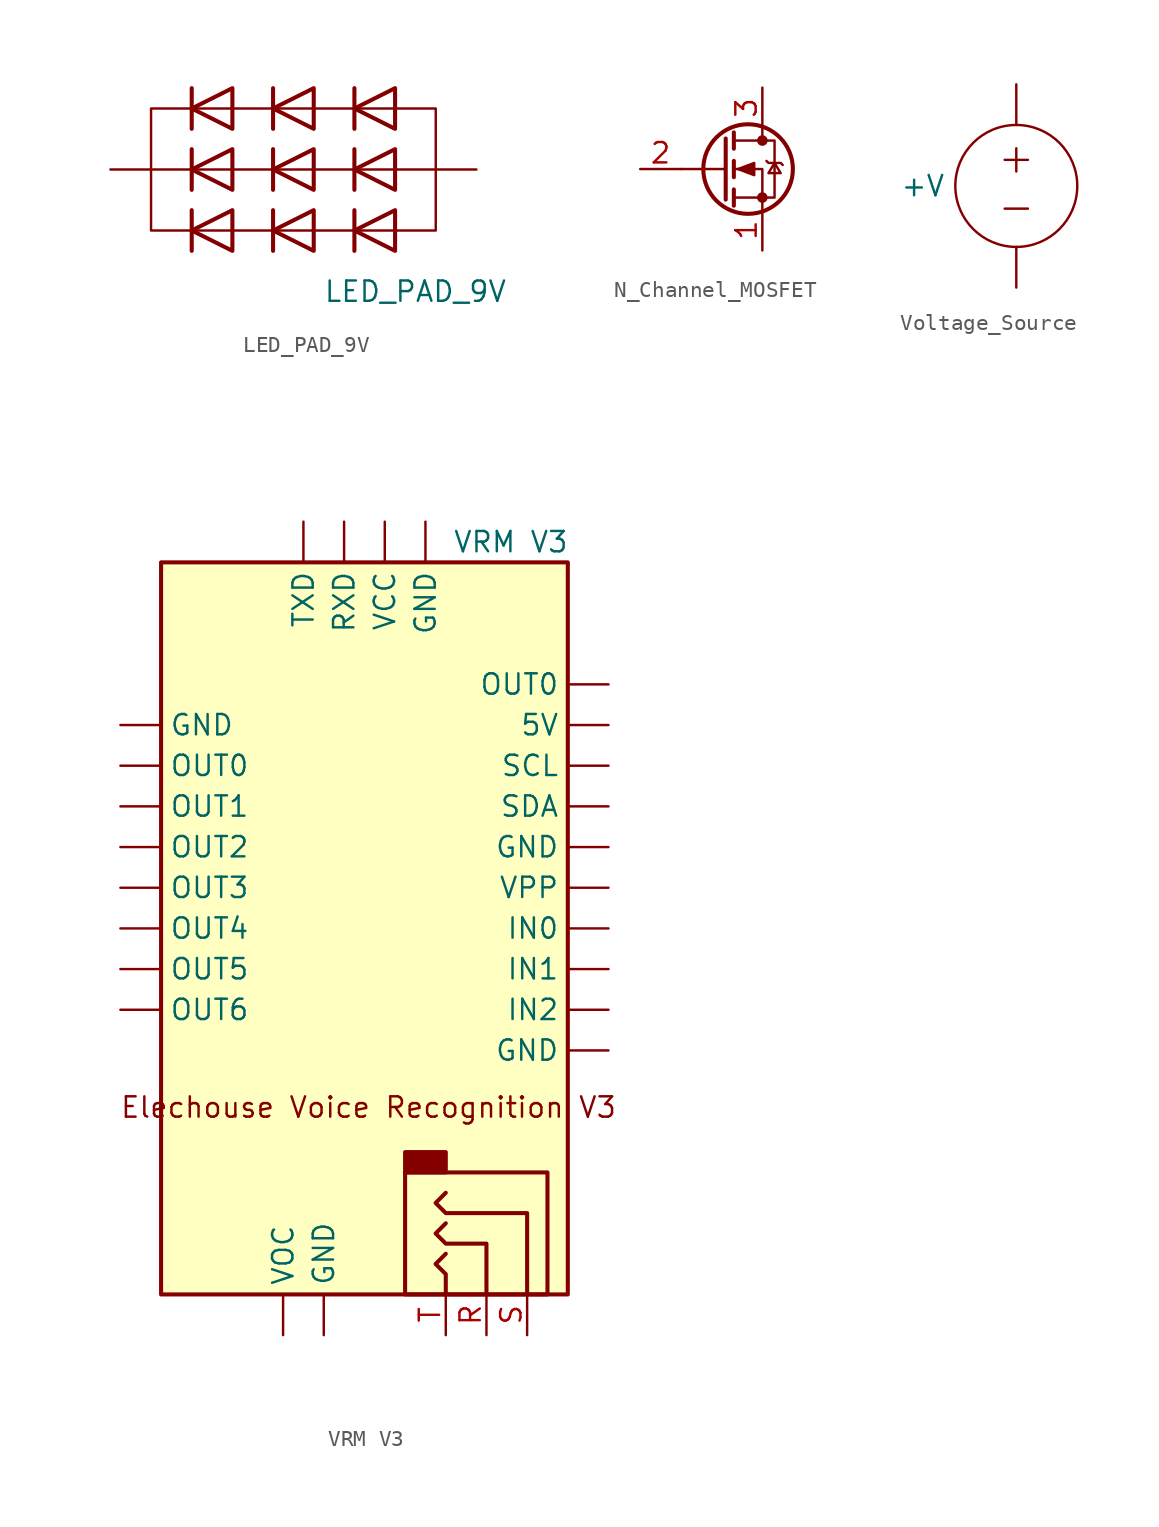
<source format=kicad_sym>
(kicad_symbol_lib
  (version 20231120)
  (generator "kicad_symbol_editor")
  (generator_version "8.0")
  (symbol "LED_PAD_9V"
    (pin_numbers hide)
    (pin_names
      (offset 1.016) hide)
    (property "Reference" "D"
      (at 5.08 -11.43 0)
      (effects (font (size 1.27 1.27)) (hide yes)))
    (property "Value" "LED_PAD_9V"
      (at 13.97 -11.43 0)
      (effects (font (size 1.27 1.27))))
    (symbol "LED_PAD_9V_0_1"
      (polyline (pts (xy 0 -8.89) (xy 0 -6.35)) (stroke (width 0.254) (type default)) (fill (type none)))
      (polyline (pts (xy 0 -7.62) (xy 2.54 -7.62)) (stroke (width 0) (type default)) (fill (type none)))
      (polyline (pts (xy 0 -5.08) (xy 0 -2.54)) (stroke (width 0.254) (type default)) (fill (type none)))
      (polyline (pts (xy 0 -3.81) (xy -2.54 -3.81)) (stroke (width 0) (type default)) (fill (type none)))
      (polyline (pts (xy 0 -3.81) (xy 2.54 -3.81)) (stroke (width 0) (type default)) (fill (type none)))
      (polyline (pts (xy 0 -1.27) (xy 0 1.27)) (stroke (width 0.254) (type default)) (fill (type none)))
      (polyline (pts (xy 0 0) (xy 2.54 0)) (stroke (width 0) (type default)) (fill (type none)))
      (polyline (pts (xy 5.08 -8.89) (xy 5.08 -6.35)) (stroke (width 0.254) (type default)) (fill (type none)))
      (polyline (pts (xy 5.08 -7.62) (xy 2.54 -7.62)) (stroke (width 0) (type default)) (fill (type none)))
      (polyline (pts (xy 5.08 -7.62) (xy 7.62 -7.62)) (stroke (width 0) (type default)) (fill (type none)))
      (polyline (pts (xy 5.08 -5.08) (xy 5.08 -2.54)) (stroke (width 0.254) (type default)) (fill (type none)))
      (polyline (pts (xy 5.08 -3.81) (xy 2.54 -3.81)) (stroke (width 0) (type default)) (fill (type none)))
      (polyline (pts (xy 5.08 -3.81) (xy 7.62 -3.81)) (stroke (width 0) (type default)) (fill (type none)))
      (polyline (pts (xy 5.08 -1.27) (xy 5.08 1.27)) (stroke (width 0.254) (type default)) (fill (type none)))
      (polyline (pts (xy 5.08 0) (xy 2.54 0)) (stroke (width 0) (type default)) (fill (type none)))
      (polyline (pts (xy 5.08 0) (xy 7.62 0)) (stroke (width 0) (type default)) (fill (type none)))
      (polyline (pts (xy 10.16 -8.89) (xy 10.16 -6.35)) (stroke (width 0.254) (type default)) (fill (type none)))
      (polyline (pts (xy 10.16 -7.62) (xy 7.62 -7.62)) (stroke (width 0) (type default)) (fill (type none)))
      (polyline (pts (xy 10.16 -7.62) (xy 12.7 -7.62)) (stroke (width 0) (type default)) (fill (type none)))
      (polyline (pts (xy 10.16 -5.08) (xy 10.16 -2.54)) (stroke (width 0.254) (type default)) (fill (type none)))
      (polyline (pts (xy 10.16 -3.81) (xy 7.62 -3.81)) (stroke (width 0) (type default)) (fill (type none)))
      (polyline (pts (xy 10.16 -3.81) (xy 12.7 -3.81)) (stroke (width 0) (type default)) (fill (type none)))
      (polyline (pts (xy 10.16 -1.27) (xy 10.16 1.27)) (stroke (width 0.254) (type default)) (fill (type none)))
      (polyline (pts (xy 10.16 0) (xy 7.62 0)) (stroke (width 0) (type default)) (fill (type none)))
      (polyline (pts (xy 10.16 0) (xy 12.7 0)) (stroke (width 0) (type default)) (fill (type none)))
      (polyline (pts (xy 12.7 -3.81) (xy 15.24 -3.81)) (stroke (width 0) (type default)) (fill (type none)))
      (polyline (pts (xy 0 0) (xy -2.54 0) (xy -2.54 -7.62) (xy 0 -7.62)) (stroke (width 0) (type default)) (fill (type none)))
      (polyline (pts (xy 2.54 -8.89) (xy 2.54 -6.35) (xy 0 -7.62) (xy 2.54 -8.89)) (stroke (width 0.254) (type default)) (fill (type none)))
      (polyline (pts (xy 2.54 -5.08) (xy 2.54 -2.54) (xy 0 -3.81) (xy 2.54 -5.08)) (stroke (width 0.254) (type default)) (fill (type none)))
      (polyline (pts (xy 2.54 -1.27) (xy 2.54 1.27) (xy 0 0) (xy 2.54 -1.27)) (stroke (width 0.254) (type default)) (fill (type none)))
      (polyline (pts (xy 7.62 -8.89) (xy 7.62 -6.35) (xy 5.08 -7.62) (xy 7.62 -8.89)) (stroke (width 0.254) (type default)) (fill (type none)))
      (polyline (pts (xy 7.62 -5.08) (xy 7.62 -2.54) (xy 5.08 -3.81) (xy 7.62 -5.08)) (stroke (width 0.254) (type default)) (fill (type none)))
      (polyline (pts (xy 7.62 -1.27) (xy 7.62 1.27) (xy 5.08 0) (xy 7.62 -1.27)) (stroke (width 0.254) (type default)) (fill (type none)))
      (polyline (pts (xy 12.7 -8.89) (xy 12.7 -6.35) (xy 10.16 -7.62) (xy 12.7 -8.89)) (stroke (width 0.254) (type default)) (fill (type none)))
      (polyline (pts (xy 12.7 -5.08) (xy 12.7 -2.54) (xy 10.16 -3.81) (xy 12.7 -5.08)) (stroke (width 0.254) (type default)) (fill (type none)))
      (polyline (pts (xy 12.7 -1.27) (xy 12.7 1.27) (xy 10.16 0) (xy 12.7 -1.27)) (stroke (width 0.254) (type default)) (fill (type none)))
      (polyline (pts (xy 12.7 0) (xy 15.24 0) (xy 15.24 -7.62) (xy 12.7 -7.62)) (stroke (width 0) (type default)) (fill (type none))))
    (symbol "LED_PAD_9V_1_1"
      (pin passive line (at -5.08 -3.81 0) (length 2.54) (name "Anode" (effects (font (size 1.27 1.27)))) (number "" (effects (font (size 1.27 1.27)))))
      (pin passive line (at 17.78 -3.81 180) (length 2.54) (name "Anode" (effects (font (size 1.27 1.27)))) (number "" (effects (font (size 1.27 1.27)))))))
  (symbol "N_Channel_MOSFET"
    (pin_names hide)
    (property "Reference" "Q"
      (at 5.08 1.905 0)
      (effects (font (size 0.025 0.025)) (justify left) (hide yes)))
    (symbol "N_Channel_MOSFET_0_1"
      (polyline (pts (xy 0.254 0) (xy -2.54 0)) (stroke (width 0) (type default)) (fill (type none)))
      (polyline (pts (xy 0.254 1.905) (xy 0.254 -1.905)) (stroke (width 0.254) (type default)) (fill (type none)))
      (polyline (pts (xy 0.762 -1.27) (xy 0.762 -2.286)) (stroke (width 0.254) (type default)) (fill (type none)))
      (polyline (pts (xy 0.762 0.508) (xy 0.762 -0.508)) (stroke (width 0.254) (type default)) (fill (type none)))
      (polyline (pts (xy 0.762 2.286) (xy 0.762 1.27)) (stroke (width 0.254) (type default)) (fill (type none)))
      (polyline (pts (xy 2.54 2.54) (xy 2.54 1.778)) (stroke (width 0) (type default)) (fill (type none)))
      (polyline (pts (xy 2.54 -2.54) (xy 2.54 0) (xy 0.762 0)) (stroke (width 0) (type default)) (fill (type none)))
      (polyline (pts (xy 0.762 -1.778) (xy 3.302 -1.778) (xy 3.302 1.778) (xy 0.762 1.778)) (stroke (width 0) (type default)) (fill (type none)))
      (polyline (pts (xy 1.016 0) (xy 2.032 0.381) (xy 2.032 -0.381) (xy 1.016 0)) (stroke (width 0) (type default)) (fill (type outline)))
      (polyline (pts (xy 2.794 0.508) (xy 2.921 0.381) (xy 3.683 0.381) (xy 3.81 0.254)) (stroke (width 0) (type default)) (fill (type none)))
      (polyline (pts (xy 3.302 0.381) (xy 2.921 -0.254) (xy 3.683 -0.254) (xy 3.302 0.381)) (stroke (width 0) (type default)) (fill (type none)))
      (circle (center 1.651 0) (radius 2.794) (stroke (width 0.254) (type default)) (fill (type none)))
      (circle (center 2.54 -1.778) (radius 0.254) (stroke (width 0) (type default)) (fill (type outline)))
      (circle (center 2.54 1.778) (radius 0.254) (stroke (width 0) (type default)) (fill (type outline))))
    (symbol "N_Channel_MOSFET_1_1"
      (pin passive line (at 2.54 -5.08 90) (length 2.54) (name "Source" (effects (font (size 1.27 1.27)))) (number "1" (effects (font (size 1.27 1.27)))))
      (pin input line (at -5.08 0 0) (length 2.54) (name "G" (effects (font (size 1.27 1.27)))) (number "2" (effects (font (size 1.27 1.27)))))
      (pin passive line (at 2.54 5.08 270) (length 2.54) (name "D" (effects (font (size 1.27 1.27)))) (number "3" (effects (font (size 1.27 1.27)))))))
  (symbol "Voltage_Source"
    (property "Reference" "V"
      (at 2.286 -4.572 0)
      (effects (font (size 1.27 1.27)) (hide yes)))
    (property "Value" "+V"
      (at -5.842 0 0)
      (effects (font (size 1.27 1.27))))
    (symbol "Voltage_Source_0_1"
      (polyline (pts (xy 0 -3.81) (xy 0 -6.35)) (stroke (width 0) (type default)) (fill (type none)))
      (polyline (pts (xy 0 3.81) (xy 0 3.81)) (stroke (width 0) (type default)) (fill (type none)))
      (polyline (pts (xy 0 3.81) (xy 0 6.35)) (stroke (width 0) (type default)) (fill (type none)))
      (circle (center 0 0) (radius 3.81) (stroke (width 0) (type default)) (fill (type none))))
    (symbol "Voltage_Source_1_1"
      (text "+" (at 0 1.778 0) (effects (font (size 1.905 1.905))))
      (text "-" (at 0 -1.27 0) (effects (font (size 1.905 1.905))))))
  (symbol "VRM V3"
    (property "Reference" "U"
      (at -12.192 24.13 0)
      (effects (font (size 1.27 1.27)) (hide yes)))
    (property "Value" "VRM V3"
      (at 9.144 24.13 0)
      (effects (font (size 1.27 1.27))))
    (symbol "VRM V3_0_1"
      (rectangle (start -12.7 22.86) (end 12.7 -22.86) (stroke (width 0.254) (type default)) (fill (type background)))
      (polyline (pts (xy 5.08 -20.32) (xy 4.445 -20.955) (xy 5.08 -21.59) (xy 5.08 -22.86)) (stroke (width 0.254) (type default)) (fill (type none)))
      (polyline (pts (xy 5.08 -18.415) (xy 4.445 -19.05) (xy 5.08 -19.685) (xy 7.62 -19.685) (xy 7.62 -22.86)) (stroke (width 0.254) (type default)) (fill (type none)))
      (polyline (pts (xy 10.16 -22.86) (xy 10.16 -17.78) (xy 5.08 -17.78) (xy 4.445 -17.145) (xy 5.08 -16.51)) (stroke (width 0.254) (type default)) (fill (type none)))
      (rectangle (start 2.54 -15.24) (end 11.43 -22.86) (stroke (width 0.254) (type default)) (fill (type background)))
      (rectangle (start 2.54 -13.97) (end 5.08 -15.24) (stroke (width 0.254) (type default)) (fill (type outline))))
    (symbol "VRM V3_1_0"
      (text "Elechouse Voice Recognition V3" (at 0.254 -11.176 0) (effects (font (size 1.27 1.27)))))
    (symbol "VRM V3_1_1"
      (pin power_in line (at 15.24 12.7 180) (length 2.54) (name "5V" (effects (font (size 1.27 1.27)))) (number "" (effects (font (size 1.27 1.27)))))
      (pin power_in line (at -15.24 12.7 0) (length 2.54) (name "GND" (effects (font (size 1.27 1.27)))) (number "" (effects (font (size 1.27 1.27)))))
      (pin power_in line (at -2.54 -25.4 90) (length 2.54) (name "GND" (effects (font (size 1.27 1.27)))) (number "" (effects (font (size 1.27 1.27)))))
      (pin power_in line (at 3.81 25.4 270) (length 2.54) (name "GND" (effects (font (size 1.27 1.27)))) (number "" (effects (font (size 1.27 1.27)))))
      (pin power_in line (at 15.24 -7.62 180) (length 2.54) (name "GND" (effects (font (size 1.27 1.27)))) (number "" (effects (font (size 1.27 1.27)))))
      (pin power_in line (at 15.24 5.08 180) (length 2.54) (name "GND" (effects (font (size 1.27 1.27)))) (number "" (effects (font (size 1.27 1.27)))))
      (pin input line (at 15.24 0 180) (length 2.54) (name "IN0" (effects (font (size 1.27 1.27)))) (number "" (effects (font (size 1.27 1.27)))))
      (pin input line (at 15.24 -2.54 180) (length 2.54) (name "IN1" (effects (font (size 1.27 1.27)))) (number "" (effects (font (size 1.27 1.27)))))
      (pin input line (at 15.24 -5.08 180) (length 2.54) (name "IN2" (effects (font (size 1.27 1.27)))) (number "" (effects (font (size 1.27 1.27)))))
      (pin output line (at -15.24 10.16 0) (length 2.54) (name "OUT0" (effects (font (size 1.27 1.27)))) (number "" (effects (font (size 1.27 1.27)))))
      (pin output line (at 15.24 15.24 180) (length 2.54) (name "OUT0" (effects (font (size 1.27 1.27)))) (number "" (effects (font (size 1.27 1.27)))))
      (pin output line (at -15.24 7.62 0) (length 2.54) (name "OUT1" (effects (font (size 1.27 1.27)))) (number "" (effects (font (size 1.27 1.27)))))
      (pin output line (at -15.24 5.08 0) (length 2.54) (name "OUT2" (effects (font (size 1.27 1.27)))) (number "" (effects (font (size 1.27 1.27)))))
      (pin output line (at -15.24 2.54 0) (length 2.54) (name "OUT3" (effects (font (size 1.27 1.27)))) (number "" (effects (font (size 1.27 1.27)))))
      (pin output line (at -15.24 0 0) (length 2.54) (name "OUT4" (effects (font (size 1.27 1.27)))) (number "" (effects (font (size 1.27 1.27)))))
      (pin output line (at -15.24 -2.54 0) (length 2.54) (name "OUT5" (effects (font (size 1.27 1.27)))) (number "" (effects (font (size 1.27 1.27)))))
      (pin output line (at -15.24 -5.08 0) (length 2.54) (name "OUT6" (effects (font (size 1.27 1.27)))) (number "" (effects (font (size 1.27 1.27)))))
      (pin input line (at -1.27 25.4 270) (length 2.54) (name "RXD" (effects (font (size 1.27 1.27)))) (number "" (effects (font (size 1.27 1.27)))))
      (pin input line (at 15.24 10.16 180) (length 2.54) (name "SCL" (effects (font (size 1.27 1.27)))) (number "" (effects (font (size 1.27 1.27)))))
      (pin input line (at 15.24 7.62 180) (length 2.54) (name "SDA" (effects (font (size 1.27 1.27)))) (number "" (effects (font (size 1.27 1.27)))))
      (pin output line (at -3.81 25.4 270) (length 2.54) (name "TXD" (effects (font (size 1.27 1.27)))) (number "" (effects (font (size 1.27 1.27)))))
      (pin power_in line (at 1.27 25.4 270) (length 2.54) (name "VCC" (effects (font (size 1.27 1.27)))) (number "" (effects (font (size 1.27 1.27)))))
      (pin unspecified line (at -5.08 -25.4 90) (length 2.54) (name "VOC" (effects (font (size 1.27 1.27)))) (number "" (effects (font (size 1.27 1.27)))))
      (pin unspecified line (at 15.24 2.54 180) (length 2.54) (name "VPP" (effects (font (size 1.27 1.27)))) (number "" (effects (font (size 1.27 1.27)))))
      (pin passive line (at 7.62 -25.4 90) (length 2.54) (name "~" (effects (font (size 1.27 1.27)))) (number "R" (effects (font (size 1.27 1.27)))))
      (pin passive line (at 10.16 -25.4 90) (length 2.54) (name "~" (effects (font (size 1.27 1.27)))) (number "S" (effects (font (size 1.27 1.27)))))
      (pin passive line (at 5.08 -25.4 90) (length 2.54) (name "~" (effects (font (size 1.27 1.27)))) (number "T" (effects (font (size 1.27 1.27))))))))
</source>
